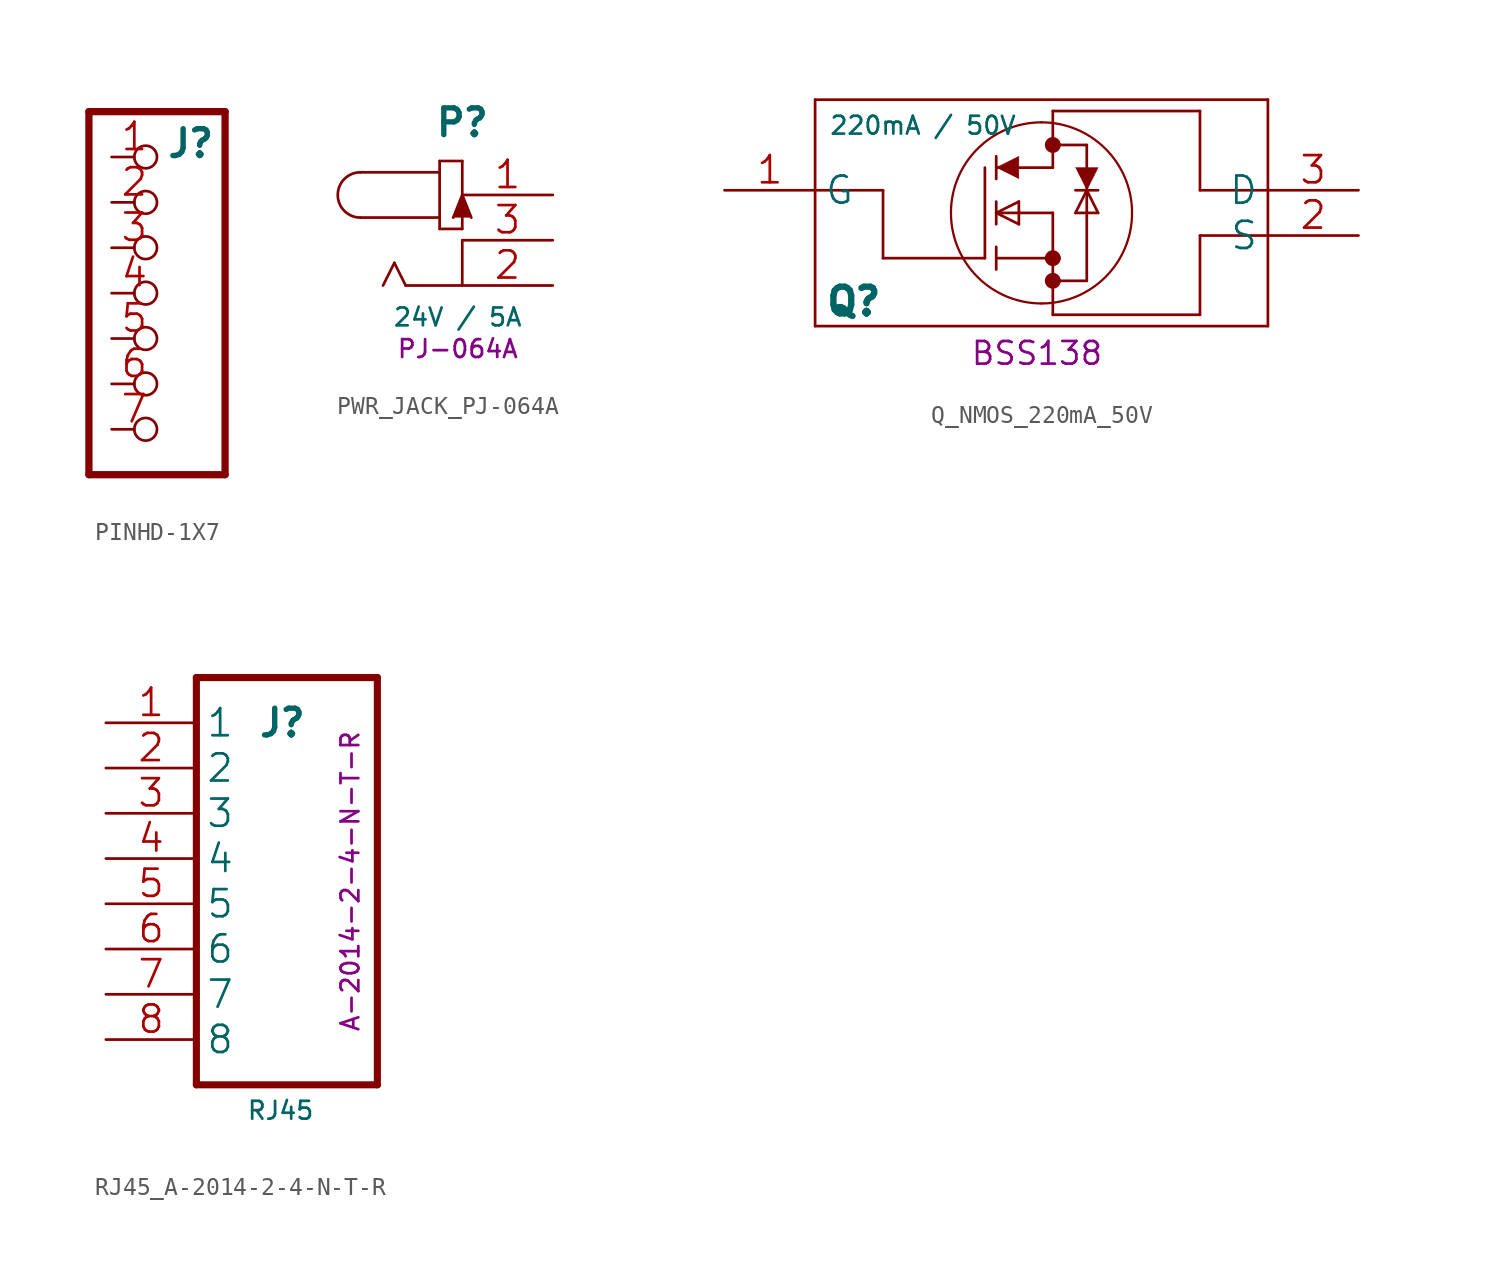
<source format=kicad_sym>
(kicad_symbol_lib
  (version 20241209)
  (generator "kicad_symbol_editor")
  (generator_version "9.0")
  (symbol "PINHD-1X7"
    (property "Reference" "J"
      (at 0.762 8.382 0)
      (effects (font (size 1.5 1.5) (thickness 0.3) (bold yes)) (justify right)))
    (symbol "PINHD-1X7_1_0"
      (polyline (pts (xy -6.35 10.16) (xy -6.35 -10.16)) (stroke (width 0.406) (type solid)) (fill (type none)))
      (polyline (pts (xy -6.35 -10.16) (xy 1.27 -10.16)) (stroke (width 0.406) (type solid)) (fill (type none)))
      (polyline (pts (xy 1.27 10.16) (xy -6.35 10.16)) (stroke (width 0.406) (type solid)) (fill (type none)))
      (polyline (pts (xy 1.27 -10.16) (xy 1.27 10.16)) (stroke (width 0.406) (type solid)) (fill (type none)))
      (pin passive inverted (at -5.08 7.62 0) (length 2.54) (name "1" (effects (font (size 0 0)))) (number "1" (effects (font (size 1.524 1.524)))))
      (pin passive inverted (at -5.08 5.08 0) (length 2.54) (name "2" (effects (font (size 0 0)))) (number "2" (effects (font (size 1.524 1.524)))))
      (pin passive inverted (at -5.08 2.54 0) (length 2.54) (name "3" (effects (font (size 0 0)))) (number "3" (effects (font (size 1.524 1.524)))))
      (pin passive inverted (at -5.08 0 0) (length 2.54) (name "4" (effects (font (size 0 0)))) (number "4" (effects (font (size 1.524 1.524)))))
      (pin passive inverted (at -5.08 -2.54 0) (length 2.54) (name "5" (effects (font (size 0 0)))) (number "5" (effects (font (size 1.524 1.524)))))
      (pin passive inverted (at -5.08 -5.08 0) (length 2.54) (name "6" (effects (font (size 0 0)))) (number "6" (effects (font (size 1.524 1.524)))))
      (pin passive inverted (at -5.08 -7.62 0) (length 2.54) (name "7" (effects (font (size 0 0)))) (number "7" (effects (font (size 1.524 1.524)))))))
  (symbol "PWR_JACK_PJ-064A"
    (property "Reference" "P"
      (at 0 6.604 0)
      (effects (font (size 1.5 1.5) (thickness 0.3) (bold yes))))
    (property "Value" "24V / 5A"
      (at -0.254 -4.318 0)
      (effects (font (size 1 1))))
    (property "MPN" "PJ-064A"
      (at -0.254 -6.096 0)
      (effects (font (size 1 1))))
    (symbol "PWR_JACK_PJ-064A_1_0"
      (polyline (pts (xy -5.715 3.81) (xy -1.27 3.81)) (stroke (width 0.152) (type solid)) (fill (type none)))
      (arc (start -5.715 1.27) (mid -6.985 2.54) (end -5.715 3.81) (stroke (width 0.1524) (type solid)) (fill (type none)))
      (polyline (pts (xy -3.81 -1.27) (xy -4.445 -2.54)) (stroke (width 0.152) (type solid)) (fill (type none)))
      (polyline (pts (xy -3.175 -2.54) (xy -3.81 -1.27)) (stroke (width 0.152) (type solid)) (fill (type none)))
      (polyline (pts (xy -1.27 4.445) (xy -1.27 3.81)) (stroke (width 0.152) (type solid)) (fill (type none)))
      (polyline (pts (xy -1.27 3.81) (xy -1.27 1.27)) (stroke (width 0.152) (type solid)) (fill (type none)))
      (polyline (pts (xy -1.27 1.27) (xy -5.715 1.27)) (stroke (width 0.152) (type solid)) (fill (type none)))
      (polyline (pts (xy -1.27 1.27) (xy -1.27 0.635)) (stroke (width 0.152) (type solid)) (fill (type none)))
      (polyline (pts (xy -1.27 0.635) (xy 0 0.635)) (stroke (width 0.152) (type solid)) (fill (type none)))
      (polyline (pts (xy -0.508 1.27) (xy 0 2.54) (xy 0.508 1.27)) (stroke (width 0.152) (type solid)) (fill (type outline)))
      (polyline (pts (xy 0 4.445) (xy -1.27 4.445)) (stroke (width 0.152) (type solid)) (fill (type none)))
      (polyline (pts (xy 0 0.635) (xy 0 4.445)) (stroke (width 0.152) (type solid)) (fill (type none)))
      (polyline (pts (xy 0 0) (xy 0 -2.54)) (stroke (width 0.152) (type solid)) (fill (type none)))
      (polyline (pts (xy 0 -2.54) (xy -3.175 -2.54)) (stroke (width 0.152) (type solid)) (fill (type none)))
      (pin passive line (at 5.08 2.54 180) (length 5.08) (name "1" (effects (font (size 0 0)))) (number "1" (effects (font (size 1.524 1.524)))))
      (pin passive line (at 5.08 0 180) (length 5.08) (name "3" (effects (font (size 0 0)))) (number "3" (effects (font (size 1.524 1.524)))))
      (pin passive line (at 5.08 -2.54 180) (length 5.08) (name "2" (effects (font (size 0 0)))) (number "2" (effects (font (size 1.524 1.524)))))))
  (symbol "Q_NMOS_220mA_50V"
    (property "Reference" "Q"
      (at 8.128 -7.112 0)
      (effects (font (size 1.5 1.5) (thickness 0.354) (bold yes)) (justify left bottom)))
    (property "Value" "220mA / 50V"
      (at 8.382 3.048 0)
      (effects (font (size 1 1)) (justify left bottom)))
    (property "MPN" "BSS138"
      (at 20.066 -9.144 0)
      (effects (font (size 1.27 1.27))))
    (symbol "Q_NMOS_220mA_50V_1_0"
      (polyline (pts (xy 7.62 5.08) (xy 7.62 -7.62)) (stroke (width 0.152) (type solid)) (fill (type none)))
      (polyline (pts (xy 7.62 -7.62) (xy 33.02 -7.62)) (stroke (width 0.152) (type solid)) (fill (type none)))
      (polyline (pts (xy 11.43 0) (xy 7.62 0)) (stroke (width 0.152) (type solid)) (fill (type none)))
      (polyline (pts (xy 11.43 -3.81) (xy 11.43 0)) (stroke (width 0.152) (type solid)) (fill (type none)))
      (polyline (pts (xy 17.145 1.27) (xy 17.145 -3.81)) (stroke (width 0.152) (type solid)) (fill (type none)))
      (polyline (pts (xy 17.145 -3.81) (xy 11.43 -3.81)) (stroke (width 0.152) (type solid)) (fill (type none)))
      (polyline (pts (xy 17.78 1.905) (xy 17.78 0.635)) (stroke (width 0.152) (type solid)) (fill (type none)))
      (polyline (pts (xy 17.78 1.27) (xy 20.955 1.27)) (stroke (width 0.152) (type solid)) (fill (type none)))
      (polyline (pts (xy 17.78 1.27) (xy 19.05 1.905) (xy 19.05 0.635)) (stroke (width 0.025) (type solid)) (fill (type outline)))
      (polyline (pts (xy 17.78 -0.635) (xy 17.78 -1.905)) (stroke (width 0.152) (type solid)) (fill (type none)))
      (polyline (pts (xy 17.78 -1.27) (xy 19.05 -0.635)) (stroke (width 0.152) (type solid)) (fill (type none)))
      (polyline (pts (xy 17.78 -3.175) (xy 17.78 -4.445)) (stroke (width 0.152) (type solid)) (fill (type none)))
      (polyline (pts (xy 17.78 -3.81) (xy 20.955 -3.81)) (stroke (width 0.152) (type solid)) (fill (type none)))
      (polyline (pts (xy 19.05 -0.635) (xy 19.05 -1.905)) (stroke (width 0.152) (type solid)) (fill (type none)))
      (polyline (pts (xy 19.05 -1.905) (xy 17.78 -1.27)) (stroke (width 0.152) (type solid)) (fill (type none)))
      (arc (start 20.32 3.81) (mid 25.4 -1.27) (end 20.32 -6.35) (stroke (width 0.127) (type solid)) (fill (type none)))
      (arc (start 20.32 -6.35) (mid 15.24 -1.27) (end 20.32 3.81) (stroke (width 0.127) (type solid)) (fill (type none)))
      (polyline (pts (xy 20.955 4.445) (xy 20.955 1.27)) (stroke (width 0.152) (type solid)) (fill (type none)))
      (polyline (pts (xy 20.955 2.54) (xy 22.86 2.54)) (stroke (width 0.152) (type solid)) (fill (type none)))
      (arc (start 20.701 2.54) (mid 20.955 2.794) (end 21.209 2.54) (stroke (width 0.381) (type solid)) (fill (type none)))
      (arc (start 21.209 2.54) (mid 20.955 2.286) (end 20.701 2.54) (stroke (width 0.381) (type solid)) (fill (type none)))
      (polyline (pts (xy 20.955 -1.27) (xy 17.78 -1.27)) (stroke (width 0.152) (type solid)) (fill (type none)))
      (polyline (pts (xy 20.955 -1.27) (xy 20.955 -6.985)) (stroke (width 0.152) (type solid)) (fill (type none)))
      (arc (start 20.701 -3.81) (mid 20.955 -3.556) (end 21.209 -3.81) (stroke (width 0.381) (type solid)) (fill (type none)))
      (arc (start 21.209 -3.81) (mid 20.955 -4.064) (end 20.701 -3.81) (stroke (width 0.381) (type solid)) (fill (type none)))
      (arc (start 20.701 -5.08) (mid 20.955 -4.826) (end 21.209 -5.08) (stroke (width 0.381) (type solid)) (fill (type none)))
      (arc (start 21.209 -5.08) (mid 20.955 -5.334) (end 20.701 -5.08) (stroke (width 0.381) (type solid)) (fill (type none)))
      (polyline (pts (xy 20.955 -6.985) (xy 29.21 -6.985)) (stroke (width 0.152) (type solid)) (fill (type none)))
      (polyline (pts (xy 22.225 1.27) (xy 23.495 1.27) (xy 22.86 0)) (stroke (width 0.025) (type solid)) (fill (type outline)))
      (polyline (pts (xy 22.225 0) (xy 23.495 0)) (stroke (width 0.152) (type solid)) (fill (type none)))
      (polyline (pts (xy 22.225 -1.27) (xy 23.495 -1.27)) (stroke (width 0.152) (type solid)) (fill (type none)))
      (polyline (pts (xy 22.86 2.54) (xy 22.86 -5.08)) (stroke (width 0.152) (type solid)) (fill (type none)))
      (polyline (pts (xy 22.86 0) (xy 22.225 -1.27)) (stroke (width 0.152) (type solid)) (fill (type none)))
      (polyline (pts (xy 22.86 -5.08) (xy 20.955 -5.08)) (stroke (width 0.152) (type solid)) (fill (type none)))
      (polyline (pts (xy 23.495 -1.27) (xy 22.86 0)) (stroke (width 0.152) (type solid)) (fill (type none)))
      (polyline (pts (xy 29.21 4.445) (xy 20.955 4.445)) (stroke (width 0.152) (type solid)) (fill (type none)))
      (polyline (pts (xy 29.21 0) (xy 29.21 4.445)) (stroke (width 0.152) (type solid)) (fill (type none)))
      (polyline (pts (xy 29.21 -6.985) (xy 29.21 -2.54)) (stroke (width 0.152) (type solid)) (fill (type none)))
      (polyline (pts (xy 33.02 5.08) (xy 7.62 5.08)) (stroke (width 0.152) (type solid)) (fill (type none)))
      (polyline (pts (xy 33.02 0) (xy 29.21 0)) (stroke (width 0.152) (type solid)) (fill (type none)))
      (polyline (pts (xy 33.02 -2.54) (xy 29.21 -2.54)) (stroke (width 0.152) (type solid)) (fill (type none)))
      (polyline (pts (xy 33.02 -7.62) (xy 33.02 5.08)) (stroke (width 0.152) (type solid)) (fill (type none)))
      (pin passive line (at 2.54 0 0) (length 5.08) (name "G" (effects (font (size 1.524 1.524)))) (number "1" (effects (font (size 1.524 1.524)))))
      (pin passive line (at 38.1 0 180) (length 5.08) (name "D" (effects (font (size 1.524 1.524)))) (number "3" (effects (font (size 1.524 1.524)))))
      (pin passive line (at 38.1 -2.54 180) (length 5.08) (name "S" (effects (font (size 1.524 1.524)))) (number "2" (effects (font (size 1.524 1.524)))))))
  (symbol "RJ45_A-2014-2-4-N-T-R"
    (property "Reference" "J"
      (at -0.254 10.16 0)
      (effects (font (size 1.5 1.5) (thickness 0.3) (bold yes))))
    (property "Value" "RJ45"
      (at -2.286 -12.192 0)
      (effects (font (size 1 1)) (justify left bottom)))
    (property "MPN" "A-2014-2-4-N-T-R"
      (at 3.556 1.27 90)
      (effects (font (size 1 1))))
    (symbol "RJ45_A-2014-2-4-N-T-R_1_0"
      (polyline (pts (xy -5.08 12.7) (xy 5.08 12.7)) (stroke (width 0.4) (type solid)) (fill (type none)))
      (polyline (pts (xy -5.08 -10.16) (xy -5.08 12.7)) (stroke (width 0.4) (type solid)) (fill (type none)))
      (polyline (pts (xy 5.08 12.7) (xy 5.08 -10.16)) (stroke (width 0.4) (type solid)) (fill (type none)))
      (polyline (pts (xy 5.08 -10.16) (xy -5.08 -10.16)) (stroke (width 0.4) (type solid)) (fill (type none)))
      (pin passive line (at -10.16 10.16 0) (length 5.08) (name "1" (effects (font (size 1.524 1.524)))) (number "1" (effects (font (size 1.524 1.524)))))
      (pin passive line (at -10.16 7.62 0) (length 5.08) (name "2" (effects (font (size 1.524 1.524)))) (number "2" (effects (font (size 1.524 1.524)))))
      (pin passive line (at -10.16 5.08 0) (length 5.08) (name "3" (effects (font (size 1.524 1.524)))) (number "3" (effects (font (size 1.524 1.524)))))
      (pin passive line (at -10.16 2.54 0) (length 5.08) (name "4" (effects (font (size 1.524 1.524)))) (number "4" (effects (font (size 1.524 1.524)))))
      (pin passive line (at -10.16 0 0) (length 5.08) (name "5" (effects (font (size 1.524 1.524)))) (number "5" (effects (font (size 1.524 1.524)))))
      (pin passive line (at -10.16 -2.54 0) (length 5.08) (name "6" (effects (font (size 1.524 1.524)))) (number "6" (effects (font (size 1.524 1.524)))))
      (pin passive line (at -10.16 -5.08 0) (length 5.08) (name "7" (effects (font (size 1.524 1.524)))) (number "7" (effects (font (size 1.524 1.524)))))
      (pin passive line (at -10.16 -7.62 0) (length 5.08) (name "8" (effects (font (size 1.524 1.524)))) (number "8" (effects (font (size 1.524 1.524))))))))
</source>
